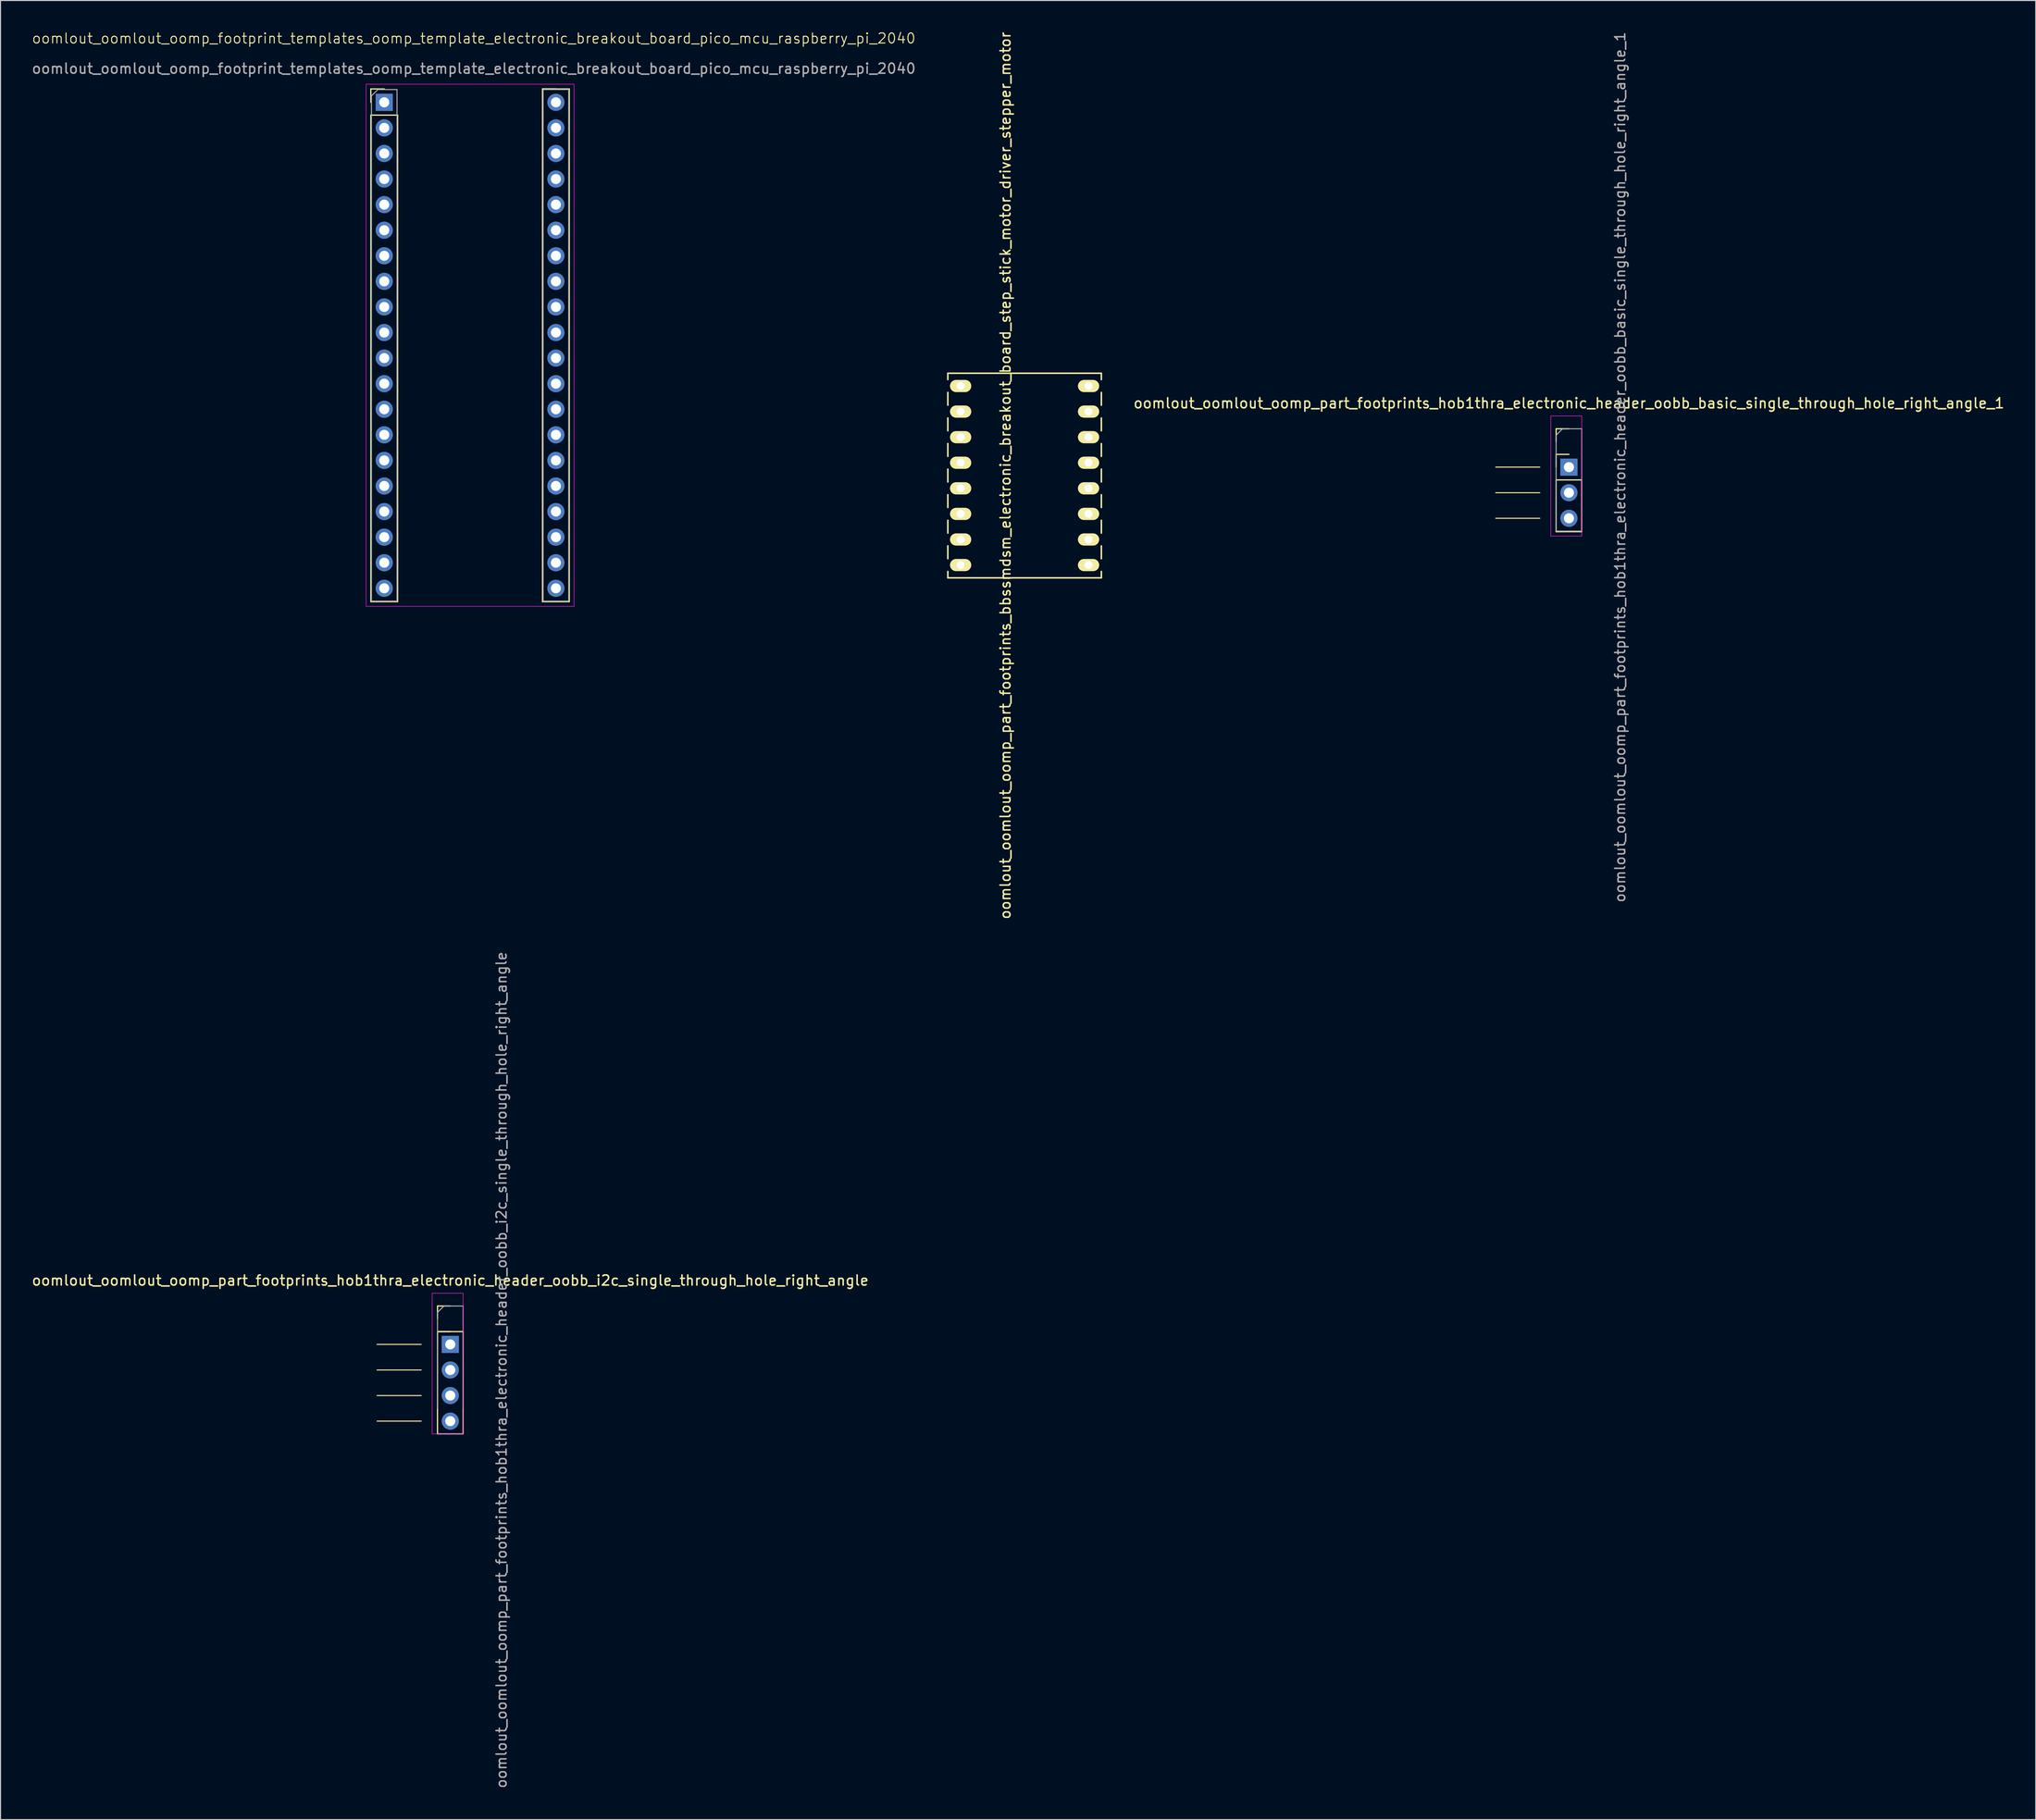
<source format=kicad_pcb>
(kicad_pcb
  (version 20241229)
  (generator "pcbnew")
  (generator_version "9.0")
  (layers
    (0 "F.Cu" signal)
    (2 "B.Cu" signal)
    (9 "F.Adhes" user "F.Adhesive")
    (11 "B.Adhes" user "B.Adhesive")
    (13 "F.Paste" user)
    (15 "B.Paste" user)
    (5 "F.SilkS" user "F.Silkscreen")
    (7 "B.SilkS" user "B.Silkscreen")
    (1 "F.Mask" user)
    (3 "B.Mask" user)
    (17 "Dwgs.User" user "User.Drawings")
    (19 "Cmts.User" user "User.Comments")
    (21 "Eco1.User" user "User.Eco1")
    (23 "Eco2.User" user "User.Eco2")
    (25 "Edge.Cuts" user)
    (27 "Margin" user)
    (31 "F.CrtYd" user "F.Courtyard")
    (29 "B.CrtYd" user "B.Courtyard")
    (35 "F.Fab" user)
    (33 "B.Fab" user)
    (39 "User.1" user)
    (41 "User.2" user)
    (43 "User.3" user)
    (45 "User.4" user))
  (footprint "oomlout_oomlout_oomp_part_footprints_hob1thra_electronic_header_oobb_i2c_single_through_hole_right_angle"
    (layer "F.Cu")
    (at 41.649 130.454)
    (property "Reference" "oomlout_oomlout_oomp_part_footprints_hob1thra_electronic_header_oobb_i2c_single_through_hole_right_angle" (at 0 -6.35 0) (layer "F.SilkS") (effects (font (size 1 1) (thickness 0.15))))
    (attr through_hole)
    (fp_line (start -2.89 0) (end -7.27 0) (stroke (width 0.1) (type default)) (layer "F.SilkS"))
    (fp_line (start -2.89 2.54) (end -7.27 2.54) (stroke (width 0.1) (type default)) (layer "F.SilkS"))
    (fp_line (start -2.89 5.08) (end -7.27 5.08) (stroke (width 0.1) (type default)) (layer "F.SilkS"))
    (fp_line (start -2.89 7.62) (end -7.27 7.62) (stroke (width 0.1) (type default)) (layer "F.SilkS"))
    (fp_line (start -1.27 -3.81) (end 0 -3.81) (stroke (width 0.12) (type solid)) (layer "F.SilkS"))
    (fp_line (start -1.27 -2.54) (end -1.27 -3.81) (stroke (width 0.12) (type solid)) (layer "F.SilkS"))
    (fp_line (start -1.27 -1.27) (end -1.27 8.89) (stroke (width 0.12) (type solid)) (layer "F.SilkS"))
    (fp_line (start -1.27 -1.27) (end 0 -1.27) (stroke (width 0.12) (type solid)) (layer "F.SilkS"))
    (fp_line (start -1.27 0) (end -1.27 -1.27) (stroke (width 0.12) (type solid)) (layer "F.SilkS"))
    (fp_line (start -1.27 8.89) (end 1.27 8.89) (stroke (width 0.12) (type solid)) (layer "F.SilkS"))
    (fp_line (start 1.27 -1.27) (end -1.27 -1.27) (stroke (width 0.12) (type solid)) (layer "F.SilkS"))
    (fp_line (start 1.27 -1.27) (end 1.27 8.89) (stroke (width 0.12) (type solid)) (layer "F.SilkS"))
    (fp_line (start -1.8 -5.08) (end -1.8 8.89) (stroke (width 0.05) (type solid)) (layer "F.CrtYd"))
    (fp_line (start -1.8 8.89) (end 1.27 8.89) (stroke (width 0.05) (type solid)) (layer "F.CrtYd"))
    (fp_line (start 1.27 -5.08) (end -1.8 -5.08) (stroke (width 0.05) (type solid)) (layer "F.CrtYd"))
    (fp_line (start 1.27 8.89) (end 1.27 -5.08) (stroke (width 0.05) (type solid)) (layer "F.CrtYd"))
    (fp_line (start -1.27 -3.175) (end -0.635 -3.81) (stroke (width 0.1) (type solid)) (layer "F.Fab"))
    (fp_line (start -1.27 6.35) (end -1.27 -3.175) (stroke (width 0.1) (type solid)) (layer "F.Fab"))
    (fp_line (start -0.635 -3.81) (end 1.27 -3.81) (stroke (width 0.1) (type solid)) (layer "F.Fab"))
    (fp_line (start 1.27 -3.81) (end 1.27 6.35) (stroke (width 0.1) (type solid)) (layer "F.Fab"))
    (fp_line (start 1.27 8.89) (end -1.27 8.89) (stroke (width 0.1) (type solid)) (layer "F.Fab"))
    (fp_text user "${REFERENCE}" (at 5.08 2.54 90) (layer "F.Fab") (effects (font (size 1 1) (thickness 0.15))))
    (pad "1" thru_hole oval (at 0 7.62) (size 1.7 1.7) (drill 1) (layers "*.Cu" "*.Mask"))
    (pad "2" thru_hole oval (at 0 5.08) (size 1.7 1.7) (drill 1) (layers "*.Cu" "*.Mask"))
    (pad "3" thru_hole circle (at 0 2.54) (size 1.7 1.7) (drill 1) (layers "*.Cu" "*.Mask"))
    (pad "4" thru_hole rect (at 0 0) (size 1.7 1.7) (drill 1) (layers "*.Cu" "*.Mask")))
  (footprint "oomlout_oomlout_oomp_footprint_templates_oomp_template_electronic_breakout_board_pico_mcu_raspberry_pi_2040"
    (layer "F.Cu")
    (at 35.092 7.111)
    (property "Reference" "oomlout_oomlout_oomp_footprint_templates_oomp_template_electronic_breakout_board_pico_mcu_raspberry_pi_2040" (at 8.89 -6.35 0) (unlocked yes) (layer "F.SilkS") (effects (font (size 1 1) (thickness 0.1))))
    (attr smd)
    (fp_line (start -1.33 -1.33) (end 0 -1.33) (stroke (width 0.12) (type solid)) (layer "F.SilkS"))
    (fp_line (start -1.33 0) (end -1.33 -1.33) (stroke (width 0.12) (type solid)) (layer "F.SilkS"))
    (fp_line (start -1.33 1.27) (end -1.33 49.59) (stroke (width 0.12) (type solid)) (layer "F.SilkS"))
    (fp_line (start -1.33 1.27) (end 1.33 1.27) (stroke (width 0.12) (type solid)) (layer "F.SilkS"))
    (fp_line (start -1.33 49.59) (end 1.33 49.59) (stroke (width 0.12) (type solid)) (layer "F.SilkS"))
    (fp_line (start 1.33 1.27) (end 1.33 49.59) (stroke (width 0.12) (type solid)) (layer "F.SilkS"))
    (fp_line (start 15.71 -1.33) (end 15.71 49.59) (stroke (width 0.12) (type solid)) (layer "F.SilkS"))
    (fp_line (start 15.71 -1.33) (end 17.04 -1.33) (stroke (width 0.12) (type solid)) (layer "F.SilkS"))
    (fp_line (start 15.71 -1.33) (end 18.37 -1.33) (stroke (width 0.12) (type solid)) (layer "F.SilkS"))
    (fp_line (start 15.71 49.59) (end 18.37 49.59) (stroke (width 0.12) (type solid)) (layer "F.SilkS"))
    (fp_line (start 18.37 -1.33) (end 18.37 49.59) (stroke (width 0.12) (type solid)) (layer "F.SilkS"))
    (fp_line (start -1.8 -1.8) (end -1.8 50.05) (stroke (width 0.05) (type solid)) (layer "F.CrtYd"))
    (fp_line (start -1.8 50.05) (end 18.84 50.05) (stroke (width 0.05) (type solid)) (layer "F.CrtYd"))
    (fp_line (start 18.84 -1.8) (end -1.8 -1.8) (stroke (width 0.05) (type solid)) (layer "F.CrtYd"))
    (fp_line (start 18.84 50.05) (end 18.84 -1.8) (stroke (width 0.05) (type solid)) (layer "F.CrtYd"))
    (fp_line (start -1.27 -0.635) (end -0.635 -1.27) (stroke (width 0.1) (type solid)) (layer "F.Fab"))
    (fp_line (start -1.27 49.53) (end -1.27 -0.635) (stroke (width 0.1) (type solid)) (layer "F.Fab"))
    (fp_line (start -0.635 -1.27) (end 1.27 -1.27) (stroke (width 0.1) (type solid)) (layer "F.Fab"))
    (fp_line (start 1.27 -1.27) (end 1.27 49.53) (stroke (width 0.1) (type solid)) (layer "F.Fab"))
    (fp_line (start 1.27 49.53) (end -1.27 49.53) (stroke (width 0.1) (type solid)) (layer "F.Fab"))
    (fp_line (start 15.77 -1.27) (end 18.31 -1.27) (stroke (width 0.1) (type solid)) (layer "F.Fab"))
    (fp_line (start 15.77 49.53) (end 15.77 -1.27) (stroke (width 0.1) (type solid)) (layer "F.Fab"))
    (fp_line (start 18.31 -1.27) (end 18.31 49.53) (stroke (width 0.1) (type solid)) (layer "F.Fab"))
    (fp_line (start 18.31 49.53) (end 15.77 49.53) (stroke (width 0.1) (type solid)) (layer "F.Fab"))
    (fp_text user "${REFERENCE}" (at 8.89 -3.35 0) (unlocked yes) (layer "F.Fab") (effects (font (size 1 1) (thickness 0.15))))
    (pad "1" thru_hole rect (at 0 0) (size 1.7 1.7) (drill 1) (layers "*.Cu" "*.Mask"))
    (pad "2" thru_hole oval (at 0 2.54) (size 1.7 1.7) (drill 1) (layers "*.Cu" "*.Mask"))
    (pad "3" thru_hole oval (at 0 5.08) (size 1.7 1.7) (drill 1) (layers "*.Cu" "*.Mask"))
    (pad "4" thru_hole oval (at 0 7.62) (size 1.7 1.7) (drill 1) (layers "*.Cu" "*.Mask"))
    (pad "5" thru_hole oval (at 0 10.16) (size 1.7 1.7) (drill 1) (layers "*.Cu" "*.Mask"))
    (pad "6" thru_hole oval (at 0 12.7) (size 1.7 1.7) (drill 1) (layers "*.Cu" "*.Mask"))
    (pad "7" thru_hole oval (at 0 15.24) (size 1.7 1.7) (drill 1) (layers "*.Cu" "*.Mask"))
    (pad "8" thru_hole oval (at 0 17.78) (size 1.7 1.7) (drill 1) (layers "*.Cu" "*.Mask"))
    (pad "9" thru_hole oval (at 0 20.32) (size 1.7 1.7) (drill 1) (layers "*.Cu" "*.Mask"))
    (pad "10" thru_hole oval (at 0 22.86) (size 1.7 1.7) (drill 1) (layers "*.Cu" "*.Mask"))
    (pad "11" thru_hole oval (at 0 25.4) (size 1.7 1.7) (drill 1) (layers "*.Cu" "*.Mask"))
    (pad "12" thru_hole oval (at 0 27.94) (size 1.7 1.7) (drill 1) (layers "*.Cu" "*.Mask"))
    (pad "13" thru_hole oval (at 0 30.48) (size 1.7 1.7) (drill 1) (layers "*.Cu" "*.Mask"))
    (pad "14" thru_hole oval (at 0 33.02) (size 1.7 1.7) (drill 1) (layers "*.Cu" "*.Mask"))
    (pad "15" thru_hole oval (at 0 35.56) (size 1.7 1.7) (drill 1) (layers "*.Cu" "*.Mask"))
    (pad "16" thru_hole oval (at 0 38.1) (size 1.7 1.7) (drill 1) (layers "*.Cu" "*.Mask"))
    (pad "17" thru_hole oval (at 0 40.64) (size 1.7 1.7) (drill 1) (layers "*.Cu" "*.Mask"))
    (pad "18" thru_hole oval (at 0 43.18) (size 1.7 1.7) (drill 1) (layers "*.Cu" "*.Mask"))
    (pad "19" thru_hole oval (at 0 45.72) (size 1.7 1.7) (drill 1) (layers "*.Cu" "*.Mask"))
    (pad "20" thru_hole oval (at 0 48.26) (size 1.7 1.7) (drill 1) (layers "*.Cu" "*.Mask"))
    (pad "21" thru_hole oval (at 17.04 48.26) (size 1.7 1.7) (drill 1) (layers "*.Cu" "*.Mask"))
    (pad "22" thru_hole oval (at 17.04 45.72) (size 1.7 1.7) (drill 1) (layers "*.Cu" "*.Mask"))
    (pad "23" thru_hole oval (at 17.04 43.18) (size 1.7 1.7) (drill 1) (layers "*.Cu" "*.Mask"))
    (pad "24" thru_hole oval (at 17.04 40.64) (size 1.7 1.7) (drill 1) (layers "*.Cu" "*.Mask"))
    (pad "25" thru_hole oval (at 17.04 38.1) (size 1.7 1.7) (drill 1) (layers "*.Cu" "*.Mask"))
    (pad "26" thru_hole oval (at 17.04 35.56) (size 1.7 1.7) (drill 1) (layers "*.Cu" "*.Mask"))
    (pad "27" thru_hole oval (at 17.04 33.02) (size 1.7 1.7) (drill 1) (layers "*.Cu" "*.Mask"))
    (pad "28" thru_hole oval (at 17.04 30.48) (size 1.7 1.7) (drill 1) (layers "*.Cu" "*.Mask"))
    (pad "29" thru_hole oval (at 17.04 27.94) (size 1.7 1.7) (drill 1) (layers "*.Cu" "*.Mask"))
    (pad "30" thru_hole oval (at 17.04 25.4) (size 1.7 1.7) (drill 1) (layers "*.Cu" "*.Mask"))
    (pad "31" thru_hole oval (at 17.04 22.86) (size 1.7 1.7) (drill 1) (layers "*.Cu" "*.Mask"))
    (pad "32" thru_hole oval (at 17.04 20.32) (size 1.7 1.7) (drill 1) (layers "*.Cu" "*.Mask"))
    (pad "33" thru_hole oval (at 17.04 17.78) (size 1.7 1.7) (drill 1) (layers "*.Cu" "*.Mask"))
    (pad "34" thru_hole oval (at 17.04 15.24) (size 1.7 1.7) (drill 1) (layers "*.Cu" "*.Mask"))
    (pad "35" thru_hole oval (at 17.04 12.7) (size 1.7 1.7) (drill 1) (layers "*.Cu" "*.Mask"))
    (pad "36" thru_hole oval (at 17.04 10.16) (size 1.7 1.7) (drill 1) (layers "*.Cu" "*.Mask"))
    (pad "37" thru_hole oval (at 17.04 7.62) (size 1.7 1.7) (drill 1) (layers "*.Cu" "*.Mask"))
    (pad "38" thru_hole oval (at 17.04 5.08) (size 1.7 1.7) (drill 1) (layers "*.Cu" "*.Mask"))
    (pad "39" thru_hole oval (at 17.04 2.54) (size 1.7 1.7) (drill 1) (layers "*.Cu" "*.Mask"))
    (pad "40" thru_hole circle (at 17.04 0) (size 1.7 1.7) (drill 1) (layers "*.Cu" "*.Mask")))
  (footprint "oomlout_oomlout_oomp_part_footprints_bbssmdsm_electronic_breakout_board_step_stick_motor_driver_stepper_motor"
    (layer "F.Cu")
    (at 98.659 44.173)
    (property "Reference" "oomlout_oomlout_oomp_part_footprints_bbssmdsm_electronic_breakout_board_step_stick_motor_driver_stepper_motor" (at -1.905 0 90) (layer "F.SilkS") (effects (font (size 1 1) (thickness 0.15))))
    (attr through_hole)
    (fp_line (start -7.62 -10.16) (end -7.62 -9.525) (stroke (width 0.15) (type solid)) (layer "F.SilkS"))
    (fp_line (start -7.62 -10.16) (end 7.62 -10.16) (stroke (width 0.15) (type solid)) (layer "F.SilkS"))
    (fp_line (start -7.62 -8.255) (end -7.62 -6.985) (stroke (width 0.15) (type solid)) (layer "F.SilkS"))
    (fp_line (start -7.62 -5.715) (end -7.62 -4.445) (stroke (width 0.15) (type solid)) (layer "F.SilkS"))
    (fp_line (start -7.62 -3.175) (end -7.62 -1.905) (stroke (width 0.15) (type solid)) (layer "F.SilkS"))
    (fp_line (start -7.62 -0.635) (end -7.62 0.635) (stroke (width 0.15) (type solid)) (layer "F.SilkS"))
    (fp_line (start -7.62 1.905) (end -7.62 3.175) (stroke (width 0.15) (type solid)) (layer "F.SilkS"))
    (fp_line (start -7.62 4.445) (end -7.62 5.715) (stroke (width 0.15) (type solid)) (layer "F.SilkS"))
    (fp_line (start -7.62 6.985) (end -7.62 8.255) (stroke (width 0.15) (type solid)) (layer "F.SilkS"))
    (fp_line (start -7.62 10.16) (end -7.62 9.525) (stroke (width 0.15) (type solid)) (layer "F.SilkS"))
    (fp_line (start -7.62 10.16) (end 7.62 10.16) (stroke (width 0.15) (type solid)) (layer "F.SilkS"))
    (fp_line (start 7.62 -10.16) (end 7.62 -9.525) (stroke (width 0.15) (type solid)) (layer "F.SilkS"))
    (fp_line (start 7.62 -6.985) (end 7.62 -8.255) (stroke (width 0.15) (type solid)) (layer "F.SilkS"))
    (fp_line (start 7.62 -4.445) (end 7.62 -5.715) (stroke (width 0.15) (type solid)) (layer "F.SilkS"))
    (fp_line (start 7.62 -1.905) (end 7.62 -3.175) (stroke (width 0.15) (type solid)) (layer "F.SilkS"))
    (fp_line (start 7.62 0.635) (end 7.62 -0.635) (stroke (width 0.15) (type solid)) (layer "F.SilkS"))
    (fp_line (start 7.62 3.175) (end 7.62 1.905) (stroke (width 0.15) (type solid)) (layer "F.SilkS"))
    (fp_line (start 7.62 5.715) (end 7.62 4.445) (stroke (width 0.15) (type solid)) (layer "F.SilkS"))
    (fp_line (start 7.62 8.255) (end 7.62 6.985) (stroke (width 0.15) (type solid)) (layer "F.SilkS"))
    (fp_line (start 7.62 10.16) (end 7.62 9.525) (stroke (width 0.15) (type solid)) (layer "F.SilkS"))
    (pad "1" thru_hole oval (at -6.35 -8.89) (size 2.1 1.2) (drill 0.8) (layers "*.Cu" "*.Mask" "F.SilkS"))
    (pad "2" thru_hole oval (at -6.35 -6.35) (size 2.1 1.2) (drill 0.8) (layers "*.Cu" "*.Mask" "F.SilkS"))
    (pad "3" thru_hole oval (at -6.35 -3.81) (size 2.1 1.2) (drill 0.8) (layers "*.Cu" "*.Mask" "F.SilkS"))
    (pad "4" thru_hole oval (at -6.35 -1.27) (size 2.1 1.2) (drill 0.8) (layers "*.Cu" "*.Mask" "F.SilkS"))
    (pad "5" thru_hole oval (at -6.35 1.27) (size 2.1 1.2) (drill 0.8) (layers "*.Cu" "*.Mask" "F.SilkS"))
    (pad "6" thru_hole oval (at -6.35 3.81) (size 2.1 1.2) (drill 0.8) (layers "*.Cu" "*.Mask" "F.SilkS"))
    (pad "7" thru_hole oval (at -6.35 6.35) (size 2.1 1.2) (drill 0.8) (layers "*.Cu" "*.Mask" "F.SilkS"))
    (pad "8" thru_hole oval (at -6.35 8.89) (size 2.1 1.2) (drill 0.8) (layers "*.Cu" "*.Mask" "F.SilkS"))
    (pad "9" thru_hole oval (at 6.35 8.89) (size 2.1 1.2) (drill 0.8) (layers "*.Cu" "*.Mask" "F.SilkS"))
    (pad "10" thru_hole oval (at 6.35 6.35) (size 2.1 1.2) (drill 0.8) (layers "*.Cu" "*.Mask" "F.SilkS"))
    (pad "11" thru_hole oval (at 6.35 3.81) (size 2.1 1.2) (drill 0.8) (layers "*.Cu" "*.Mask" "F.SilkS"))
    (pad "12" thru_hole oval (at 6.35 1.27) (size 2.1 1.2) (drill 0.8) (layers "*.Cu" "*.Mask" "F.SilkS"))
    (pad "13" thru_hole oval (at 6.35 -1.27) (size 2.1 1.2) (drill 0.8) (layers "*.Cu" "*.Mask" "F.SilkS"))
    (pad "14" thru_hole oval (at 6.35 -3.81) (size 2.1 1.2) (drill 0.8) (layers "*.Cu" "*.Mask" "F.SilkS"))
    (pad "15" thru_hole oval (at 6.35 -6.35) (size 2.1 1.2) (drill 0.8) (layers "*.Cu" "*.Mask" "F.SilkS"))
    (pad "16" thru_hole oval (at 6.35 -8.89) (size 2.1 1.2) (drill 0.8) (layers "*.Cu" "*.Mask" "F.SilkS")))
  (footprint "oomlout_oomlout_oomp_part_footprints_hob1thra_electronic_header_oobb_basic_single_through_hole_right_angle_1"
    (layer "F.Cu")
    (at 152.694 43.339)
    (property "Reference" "oomlout_oomlout_oomp_part_footprints_hob1thra_electronic_header_oobb_basic_single_through_hole_right_angle_1" (at 0 -6.35 0) (layer "F.SilkS") (effects (font (size 1 1) (thickness 0.15))))
    (attr through_hole)
    (fp_line (start -2.89 0) (end -7.27 0) (stroke (width 0.1) (type default)) (layer "F.SilkS"))
    (fp_line (start -2.89 2.54) (end -7.27 2.54) (stroke (width 0.1) (type default)) (layer "F.SilkS"))
    (fp_line (start -2.89 5.08) (end -7.27 5.08) (stroke (width 0.1) (type default)) (layer "F.SilkS"))
    (fp_line (start -1.27 -3.81) (end 0 -3.81) (stroke (width 0.12) (type solid)) (layer "F.SilkS"))
    (fp_line (start -1.27 -2.54) (end -1.27 -3.81) (stroke (width 0.12) (type solid)) (layer "F.SilkS"))
    (fp_line (start -1.27 -1.27) (end 0 -1.27) (stroke (width 0.12) (type solid)) (layer "F.SilkS"))
    (fp_line (start -1.27 0) (end -1.27 -1.27) (stroke (width 0.12) (type solid)) (layer "F.SilkS"))
    (fp_line (start -1.27 1.27) (end -1.27 6.41) (stroke (width 0.12) (type solid)) (layer "F.SilkS"))
    (fp_line (start -1.27 6.41) (end 1.27 6.41) (stroke (width 0.12) (type solid)) (layer "F.SilkS"))
    (fp_line (start 1.27 1.27) (end -1.27 1.27) (stroke (width 0.12) (type solid)) (layer "F.SilkS"))
    (fp_line (start 1.27 1.27) (end 1.27 6.41) (stroke (width 0.12) (type solid)) (layer "F.SilkS"))
    (fp_line (start -1.8 -5.08) (end -1.8 6.85) (stroke (width 0.05) (type solid)) (layer "F.CrtYd"))
    (fp_line (start -1.8 6.85) (end 1.27 6.85) (stroke (width 0.05) (type solid)) (layer "F.CrtYd"))
    (fp_line (start 1.27 -5.08) (end -1.8 -5.08) (stroke (width 0.05) (type solid)) (layer "F.CrtYd"))
    (fp_line (start 1.27 6.85) (end 1.27 -5.08) (stroke (width 0.05) (type solid)) (layer "F.CrtYd"))
    (fp_line (start -1.27 -3.175) (end -0.635 -3.81) (stroke (width 0.1) (type solid)) (layer "F.Fab"))
    (fp_line (start -1.27 6.35) (end -1.27 -3.175) (stroke (width 0.1) (type solid)) (layer "F.Fab"))
    (fp_line (start -0.635 -3.81) (end 1.27 -3.81) (stroke (width 0.1) (type solid)) (layer "F.Fab"))
    (fp_line (start 1.27 -3.81) (end 1.27 6.35) (stroke (width 0.1) (type solid)) (layer "F.Fab"))
    (fp_line (start 1.27 6.35) (end -1.27 6.35) (stroke (width 0.1) (type solid)) (layer "F.Fab"))
    (fp_text user "${REFERENCE}" (at 5.08 0 90) (layer "F.Fab") (effects (font (size 1 1) (thickness 0.15))))
    (pad "1" thru_hole oval (at 0 5.08) (size 1.7 1.7) (drill 1) (layers "*.Cu" "*.Mask"))
    (pad "2" thru_hole oval (at 0 2.54) (size 1.7 1.7) (drill 1) (layers "*.Cu" "*.Mask"))
    (pad "3" thru_hole rect (at 0 0) (size 1.7 1.7) (drill 1) (layers "*.Cu" "*.Mask")))
  (gr_rect
    (start -3 -3)
    (end 199.033 177.643)
    (stroke (width 0.1) (type default))
    (fill no)
    (layer "Edge.Cuts")))
</source>
